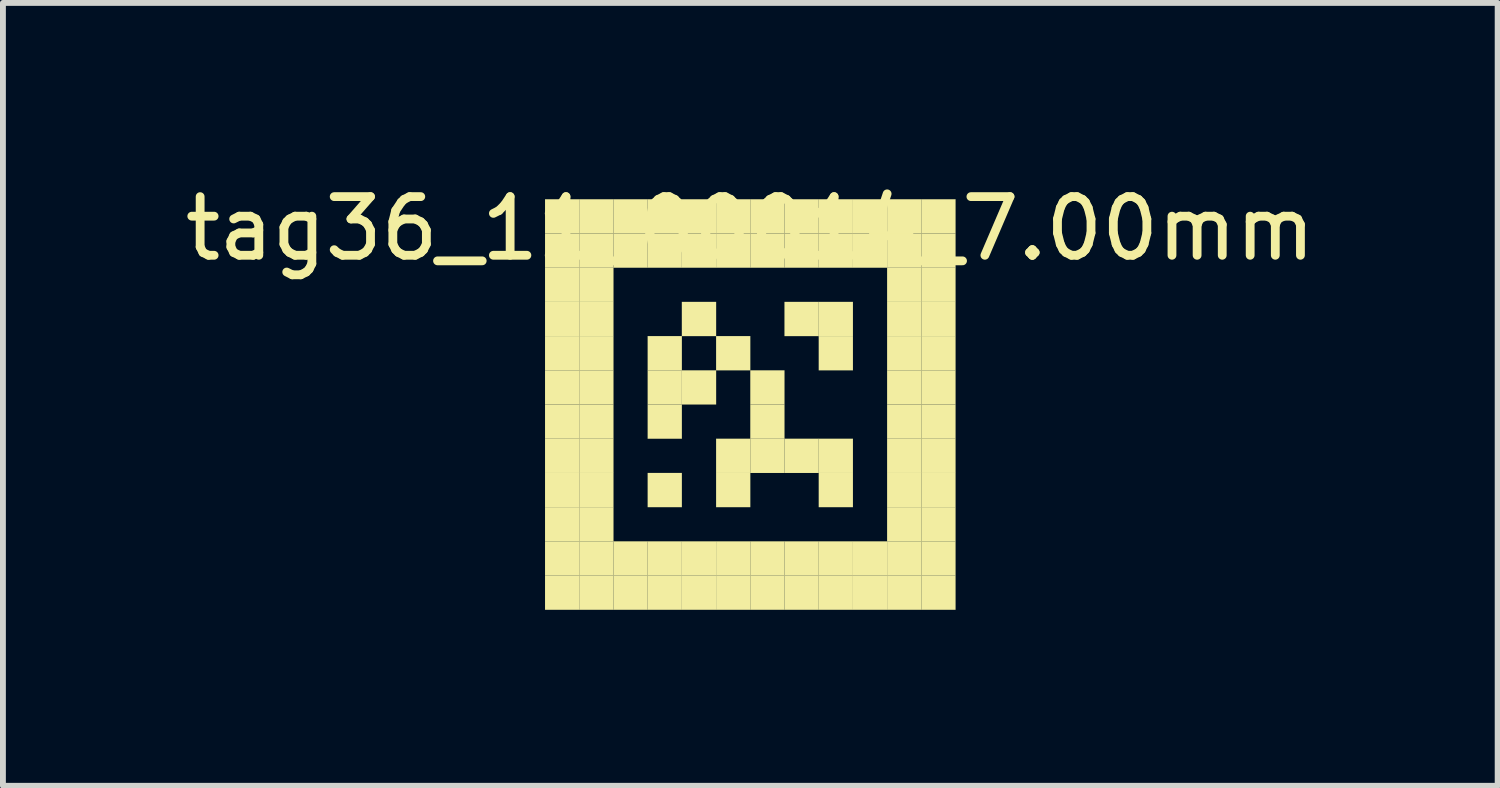
<source format=kicad_pcb>
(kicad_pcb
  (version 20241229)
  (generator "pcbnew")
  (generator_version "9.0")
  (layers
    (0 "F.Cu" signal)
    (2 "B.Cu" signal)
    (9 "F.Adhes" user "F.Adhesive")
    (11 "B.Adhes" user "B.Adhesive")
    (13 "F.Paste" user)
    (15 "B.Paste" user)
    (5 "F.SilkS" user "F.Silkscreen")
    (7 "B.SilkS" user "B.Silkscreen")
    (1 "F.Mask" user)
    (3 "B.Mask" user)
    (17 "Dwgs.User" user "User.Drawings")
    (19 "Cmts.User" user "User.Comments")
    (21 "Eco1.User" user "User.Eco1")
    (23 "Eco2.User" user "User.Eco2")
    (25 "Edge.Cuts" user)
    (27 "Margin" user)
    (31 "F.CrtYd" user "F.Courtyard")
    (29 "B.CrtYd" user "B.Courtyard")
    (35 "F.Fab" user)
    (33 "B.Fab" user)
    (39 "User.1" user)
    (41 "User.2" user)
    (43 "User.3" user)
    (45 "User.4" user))
  (footprint "tag36_11_00014_7.00mm"
    (layer "F.Cu")
    (at 9.744 3.848)
    (property "Reference" "tag36_11_00014_7.00mm" (at 0 -3 0) (layer "F.SilkS") (effects (font (size 1 1) (thickness 0.15))))
    (attr through_hole)
    (fp_poly (pts (xy -3.5 -3.5) (xy -2.917 -3.5) (xy -2.917 -2.917) (xy -3.5 -2.917)) (stroke (width 0.001) (type solid)) (fill yes) (layer "F.SilkS"))
    (fp_poly (pts (xy -3.5 -2.917) (xy -2.917 -2.917) (xy -2.917 -2.333) (xy -3.5 -2.333)) (stroke (width 0.001) (type solid)) (fill yes) (layer "F.SilkS"))
    (fp_poly (pts (xy -3.5 -2.333) (xy -2.917 -2.333) (xy -2.917 -1.75) (xy -3.5 -1.75)) (stroke (width 0.001) (type solid)) (fill yes) (layer "F.SilkS"))
    (fp_poly (pts (xy -3.5 -1.75) (xy -2.917 -1.75) (xy -2.917 -1.167) (xy -3.5 -1.167)) (stroke (width 0.001) (type solid)) (fill yes) (layer "F.SilkS"))
    (fp_poly (pts (xy -3.5 -1.167) (xy -2.917 -1.167) (xy -2.917 -0.583) (xy -3.5 -0.583)) (stroke (width 0.001) (type solid)) (fill yes) (layer "F.SilkS"))
    (fp_poly (pts (xy -3.5 -0.583) (xy -2.917 -0.583) (xy -2.917 0) (xy -3.5 0)) (stroke (width 0.001) (type solid)) (fill yes) (layer "F.SilkS"))
    (fp_poly (pts (xy -3.5 0) (xy -2.917 0) (xy -2.917 0.583) (xy -3.5 0.583)) (stroke (width 0.001) (type solid)) (fill yes) (layer "F.SilkS"))
    (fp_poly (pts (xy -3.5 0.583) (xy -2.917 0.583) (xy -2.917 1.167) (xy -3.5 1.167)) (stroke (width 0.001) (type solid)) (fill yes) (layer "F.SilkS"))
    (fp_poly (pts (xy -3.5 1.167) (xy -2.917 1.167) (xy -2.917 1.75) (xy -3.5 1.75)) (stroke (width 0.001) (type solid)) (fill yes) (layer "F.SilkS"))
    (fp_poly (pts (xy -3.5 1.75) (xy -2.917 1.75) (xy -2.917 2.333) (xy -3.5 2.333)) (stroke (width 0.001) (type solid)) (fill yes) (layer "F.SilkS"))
    (fp_poly (pts (xy -3.5 2.333) (xy -2.917 2.333) (xy -2.917 2.917) (xy -3.5 2.917)) (stroke (width 0.001) (type solid)) (fill yes) (layer "F.SilkS"))
    (fp_poly (pts (xy -3.5 2.917) (xy -2.917 2.917) (xy -2.917 3.5) (xy -3.5 3.5)) (stroke (width 0.001) (type solid)) (fill yes) (layer "F.SilkS"))
    (fp_poly (pts (xy -2.917 -3.5) (xy -2.333 -3.5) (xy -2.333 -2.917) (xy -2.917 -2.917)) (stroke (width 0.001) (type solid)) (fill yes) (layer "F.SilkS"))
    (fp_poly (pts (xy -2.917 -2.917) (xy -2.333 -2.917) (xy -2.333 -2.333) (xy -2.917 -2.333)) (stroke (width 0.001) (type solid)) (fill yes) (layer "F.SilkS"))
    (fp_poly (pts (xy -2.917 -2.333) (xy -2.333 -2.333) (xy -2.333 -1.75) (xy -2.917 -1.75)) (stroke (width 0.001) (type solid)) (fill yes) (layer "F.SilkS"))
    (fp_poly (pts (xy -2.917 -1.75) (xy -2.333 -1.75) (xy -2.333 -1.167) (xy -2.917 -1.167)) (stroke (width 0.001) (type solid)) (fill yes) (layer "F.SilkS"))
    (fp_poly (pts (xy -2.917 -1.167) (xy -2.333 -1.167) (xy -2.333 -0.583) (xy -2.917 -0.583)) (stroke (width 0.001) (type solid)) (fill yes) (layer "F.SilkS"))
    (fp_poly (pts (xy -2.917 -0.583) (xy -2.333 -0.583) (xy -2.333 0) (xy -2.917 0)) (stroke (width 0.001) (type solid)) (fill yes) (layer "F.SilkS"))
    (fp_poly (pts (xy -2.917 0) (xy -2.333 0) (xy -2.333 0.583) (xy -2.917 0.583)) (stroke (width 0.001) (type solid)) (fill yes) (layer "F.SilkS"))
    (fp_poly (pts (xy -2.917 0.583) (xy -2.333 0.583) (xy -2.333 1.167) (xy -2.917 1.167)) (stroke (width 0.001) (type solid)) (fill yes) (layer "F.SilkS"))
    (fp_poly (pts (xy -2.917 1.167) (xy -2.333 1.167) (xy -2.333 1.75) (xy -2.917 1.75)) (stroke (width 0.001) (type solid)) (fill yes) (layer "F.SilkS"))
    (fp_poly (pts (xy -2.917 1.75) (xy -2.333 1.75) (xy -2.333 2.333) (xy -2.917 2.333)) (stroke (width 0.001) (type solid)) (fill yes) (layer "F.SilkS"))
    (fp_poly (pts (xy -2.917 2.333) (xy -2.333 2.333) (xy -2.333 2.917) (xy -2.917 2.917)) (stroke (width 0.001) (type solid)) (fill yes) (layer "F.SilkS"))
    (fp_poly (pts (xy -2.917 2.917) (xy -2.333 2.917) (xy -2.333 3.5) (xy -2.917 3.5)) (stroke (width 0.001) (type solid)) (fill yes) (layer "F.SilkS"))
    (fp_poly (pts (xy -2.333 -3.5) (xy -1.75 -3.5) (xy -1.75 -2.917) (xy -2.333 -2.917)) (stroke (width 0.001) (type solid)) (fill yes) (layer "F.SilkS"))
    (fp_poly (pts (xy -2.333 -2.917) (xy -1.75 -2.917) (xy -1.75 -2.333) (xy -2.333 -2.333)) (stroke (width 0.001) (type solid)) (fill yes) (layer "F.SilkS"))
    (fp_poly (pts (xy -2.333 2.333) (xy -1.75 2.333) (xy -1.75 2.917) (xy -2.333 2.917)) (stroke (width 0.001) (type solid)) (fill yes) (layer "F.SilkS"))
    (fp_poly (pts (xy -2.333 2.917) (xy -1.75 2.917) (xy -1.75 3.5) (xy -2.333 3.5)) (stroke (width 0.001) (type solid)) (fill yes) (layer "F.SilkS"))
    (fp_poly (pts (xy -1.75 -3.5) (xy -1.167 -3.5) (xy -1.167 -2.917) (xy -1.75 -2.917)) (stroke (width 0.001) (type solid)) (fill yes) (layer "F.SilkS"))
    (fp_poly (pts (xy -1.75 -2.917) (xy -1.167 -2.917) (xy -1.167 -2.333) (xy -1.75 -2.333)) (stroke (width 0.001) (type solid)) (fill yes) (layer "F.SilkS"))
    (fp_poly (pts (xy -1.75 -1.167) (xy -1.167 -1.167) (xy -1.167 -0.583) (xy -1.75 -0.583)) (stroke (width 0.001) (type solid)) (fill yes) (layer "F.SilkS"))
    (fp_poly (pts (xy -1.75 -0.583) (xy -1.167 -0.583) (xy -1.167 0) (xy -1.75 0)) (stroke (width 0.001) (type solid)) (fill yes) (layer "F.SilkS"))
    (fp_poly (pts (xy -1.75 0) (xy -1.167 0) (xy -1.167 0.583) (xy -1.75 0.583)) (stroke (width 0.001) (type solid)) (fill yes) (layer "F.SilkS"))
    (fp_poly (pts (xy -1.75 1.167) (xy -1.167 1.167) (xy -1.167 1.75) (xy -1.75 1.75)) (stroke (width 0.001) (type solid)) (fill yes) (layer "F.SilkS"))
    (fp_poly (pts (xy -1.75 2.333) (xy -1.167 2.333) (xy -1.167 2.917) (xy -1.75 2.917)) (stroke (width 0.001) (type solid)) (fill yes) (layer "F.SilkS"))
    (fp_poly (pts (xy -1.75 2.917) (xy -1.167 2.917) (xy -1.167 3.5) (xy -1.75 3.5)) (stroke (width 0.001) (type solid)) (fill yes) (layer "F.SilkS"))
    (fp_poly (pts (xy -1.167 -3.5) (xy -0.583 -3.5) (xy -0.583 -2.917) (xy -1.167 -2.917)) (stroke (width 0.001) (type solid)) (fill yes) (layer "F.SilkS"))
    (fp_poly (pts (xy -1.167 -2.917) (xy -0.583 -2.917) (xy -0.583 -2.333) (xy -1.167 -2.333)) (stroke (width 0.001) (type solid)) (fill yes) (layer "F.SilkS"))
    (fp_poly (pts (xy -1.167 -1.75) (xy -0.583 -1.75) (xy -0.583 -1.167) (xy -1.167 -1.167)) (stroke (width 0.001) (type solid)) (fill yes) (layer "F.SilkS"))
    (fp_poly (pts (xy -1.167 -0.583) (xy -0.583 -0.583) (xy -0.583 0) (xy -1.167 0)) (stroke (width 0.001) (type solid)) (fill yes) (layer "F.SilkS"))
    (fp_poly (pts (xy -1.167 2.333) (xy -0.583 2.333) (xy -0.583 2.917) (xy -1.167 2.917)) (stroke (width 0.001) (type solid)) (fill yes) (layer "F.SilkS"))
    (fp_poly (pts (xy -1.167 2.917) (xy -0.583 2.917) (xy -0.583 3.5) (xy -1.167 3.5)) (stroke (width 0.001) (type solid)) (fill yes) (layer "F.SilkS"))
    (fp_poly (pts (xy -0.583 -3.5) (xy 0 -3.5) (xy 0 -2.917) (xy -0.583 -2.917)) (stroke (width 0.001) (type solid)) (fill yes) (layer "F.SilkS"))
    (fp_poly (pts (xy -0.583 -2.917) (xy 0 -2.917) (xy 0 -2.333) (xy -0.583 -2.333)) (stroke (width 0.001) (type solid)) (fill yes) (layer "F.SilkS"))
    (fp_poly (pts (xy -0.583 -1.167) (xy 0 -1.167) (xy 0 -0.583) (xy -0.583 -0.583)) (stroke (width 0.001) (type solid)) (fill yes) (layer "F.SilkS"))
    (fp_poly (pts (xy -0.583 0.583) (xy 0 0.583) (xy 0 1.167) (xy -0.583 1.167)) (stroke (width 0.001) (type solid)) (fill yes) (layer "F.SilkS"))
    (fp_poly (pts (xy -0.583 1.167) (xy 0 1.167) (xy 0 1.75) (xy -0.583 1.75)) (stroke (width 0.001) (type solid)) (fill yes) (layer "F.SilkS"))
    (fp_poly (pts (xy -0.583 2.333) (xy 0 2.333) (xy 0 2.917) (xy -0.583 2.917)) (stroke (width 0.001) (type solid)) (fill yes) (layer "F.SilkS"))
    (fp_poly (pts (xy -0.583 2.917) (xy 0 2.917) (xy 0 3.5) (xy -0.583 3.5)) (stroke (width 0.001) (type solid)) (fill yes) (layer "F.SilkS"))
    (fp_poly (pts (xy 0 -3.5) (xy 0.583 -3.5) (xy 0.583 -2.917) (xy 0 -2.917)) (stroke (width 0.001) (type solid)) (fill yes) (layer "F.SilkS"))
    (fp_poly (pts (xy 0 -2.917) (xy 0.583 -2.917) (xy 0.583 -2.333) (xy 0 -2.333)) (stroke (width 0.001) (type solid)) (fill yes) (layer "F.SilkS"))
    (fp_poly (pts (xy 0 -0.583) (xy 0.583 -0.583) (xy 0.583 0) (xy 0 0)) (stroke (width 0.001) (type solid)) (fill yes) (layer "F.SilkS"))
    (fp_poly (pts (xy 0 0) (xy 0.583 0) (xy 0.583 0.583) (xy 0 0.583)) (stroke (width 0.001) (type solid)) (fill yes) (layer "F.SilkS"))
    (fp_poly (pts (xy 0 0.583) (xy 0.583 0.583) (xy 0.583 1.167) (xy 0 1.167)) (stroke (width 0.001) (type solid)) (fill yes) (layer "F.SilkS"))
    (fp_poly (pts (xy 0 2.333) (xy 0.583 2.333) (xy 0.583 2.917) (xy 0 2.917)) (stroke (width 0.001) (type solid)) (fill yes) (layer "F.SilkS"))
    (fp_poly (pts (xy 0 2.917) (xy 0.583 2.917) (xy 0.583 3.5) (xy 0 3.5)) (stroke (width 0.001) (type solid)) (fill yes) (layer "F.SilkS"))
    (fp_poly (pts (xy 0.583 -3.5) (xy 1.167 -3.5) (xy 1.167 -2.917) (xy 0.583 -2.917)) (stroke (width 0.001) (type solid)) (fill yes) (layer "F.SilkS"))
    (fp_poly (pts (xy 0.583 -2.917) (xy 1.167 -2.917) (xy 1.167 -2.333) (xy 0.583 -2.333)) (stroke (width 0.001) (type solid)) (fill yes) (layer "F.SilkS"))
    (fp_poly (pts (xy 0.583 -1.75) (xy 1.167 -1.75) (xy 1.167 -1.167) (xy 0.583 -1.167)) (stroke (width 0.001) (type solid)) (fill yes) (layer "F.SilkS"))
    (fp_poly (pts (xy 0.583 0.583) (xy 1.167 0.583) (xy 1.167 1.167) (xy 0.583 1.167)) (stroke (width 0.001) (type solid)) (fill yes) (layer "F.SilkS"))
    (fp_poly (pts (xy 0.583 2.333) (xy 1.167 2.333) (xy 1.167 2.917) (xy 0.583 2.917)) (stroke (width 0.001) (type solid)) (fill yes) (layer "F.SilkS"))
    (fp_poly (pts (xy 0.583 2.917) (xy 1.167 2.917) (xy 1.167 3.5) (xy 0.583 3.5)) (stroke (width 0.001) (type solid)) (fill yes) (layer "F.SilkS"))
    (fp_poly (pts (xy 1.167 -3.5) (xy 1.75 -3.5) (xy 1.75 -2.917) (xy 1.167 -2.917)) (stroke (width 0.001) (type solid)) (fill yes) (layer "F.SilkS"))
    (fp_poly (pts (xy 1.167 -2.917) (xy 1.75 -2.917) (xy 1.75 -2.333) (xy 1.167 -2.333)) (stroke (width 0.001) (type solid)) (fill yes) (layer "F.SilkS"))
    (fp_poly (pts (xy 1.167 -1.75) (xy 1.75 -1.75) (xy 1.75 -1.167) (xy 1.167 -1.167)) (stroke (width 0.001) (type solid)) (fill yes) (layer "F.SilkS"))
    (fp_poly (pts (xy 1.167 -1.167) (xy 1.75 -1.167) (xy 1.75 -0.583) (xy 1.167 -0.583)) (stroke (width 0.001) (type solid)) (fill yes) (layer "F.SilkS"))
    (fp_poly (pts (xy 1.167 0.583) (xy 1.75 0.583) (xy 1.75 1.167) (xy 1.167 1.167)) (stroke (width 0.001) (type solid)) (fill yes) (layer "F.SilkS"))
    (fp_poly (pts (xy 1.167 1.167) (xy 1.75 1.167) (xy 1.75 1.75) (xy 1.167 1.75)) (stroke (width 0.001) (type solid)) (fill yes) (layer "F.SilkS"))
    (fp_poly (pts (xy 1.167 2.333) (xy 1.75 2.333) (xy 1.75 2.917) (xy 1.167 2.917)) (stroke (width 0.001) (type solid)) (fill yes) (layer "F.SilkS"))
    (fp_poly (pts (xy 1.167 2.917) (xy 1.75 2.917) (xy 1.75 3.5) (xy 1.167 3.5)) (stroke (width 0.001) (type solid)) (fill yes) (layer "F.SilkS"))
    (fp_poly (pts (xy 1.75 -3.5) (xy 2.333 -3.5) (xy 2.333 -2.917) (xy 1.75 -2.917)) (stroke (width 0.001) (type solid)) (fill yes) (layer "F.SilkS"))
    (fp_poly (pts (xy 1.75 -2.917) (xy 2.333 -2.917) (xy 2.333 -2.333) (xy 1.75 -2.333)) (stroke (width 0.001) (type solid)) (fill yes) (layer "F.SilkS"))
    (fp_poly (pts (xy 1.75 2.333) (xy 2.333 2.333) (xy 2.333 2.917) (xy 1.75 2.917)) (stroke (width 0.001) (type solid)) (fill yes) (layer "F.SilkS"))
    (fp_poly (pts (xy 1.75 2.917) (xy 2.333 2.917) (xy 2.333 3.5) (xy 1.75 3.5)) (stroke (width 0.001) (type solid)) (fill yes) (layer "F.SilkS"))
    (fp_poly (pts (xy 2.333 -3.5) (xy 2.917 -3.5) (xy 2.917 -2.917) (xy 2.333 -2.917)) (stroke (width 0.001) (type solid)) (fill yes) (layer "F.SilkS"))
    (fp_poly (pts (xy 2.333 -2.917) (xy 2.917 -2.917) (xy 2.917 -2.333) (xy 2.333 -2.333)) (stroke (width 0.001) (type solid)) (fill yes) (layer "F.SilkS"))
    (fp_poly (pts (xy 2.333 -2.333) (xy 2.917 -2.333) (xy 2.917 -1.75) (xy 2.333 -1.75)) (stroke (width 0.001) (type solid)) (fill yes) (layer "F.SilkS"))
    (fp_poly (pts (xy 2.333 -1.75) (xy 2.917 -1.75) (xy 2.917 -1.167) (xy 2.333 -1.167)) (stroke (width 0.001) (type solid)) (fill yes) (layer "F.SilkS"))
    (fp_poly (pts (xy 2.333 -1.167) (xy 2.917 -1.167) (xy 2.917 -0.583) (xy 2.333 -0.583)) (stroke (width 0.001) (type solid)) (fill yes) (layer "F.SilkS"))
    (fp_poly (pts (xy 2.333 -0.583) (xy 2.917 -0.583) (xy 2.917 0) (xy 2.333 0)) (stroke (width 0.001) (type solid)) (fill yes) (layer "F.SilkS"))
    (fp_poly (pts (xy 2.333 0) (xy 2.917 0) (xy 2.917 0.583) (xy 2.333 0.583)) (stroke (width 0.001) (type solid)) (fill yes) (layer "F.SilkS"))
    (fp_poly (pts (xy 2.333 0.583) (xy 2.917 0.583) (xy 2.917 1.167) (xy 2.333 1.167)) (stroke (width 0.001) (type solid)) (fill yes) (layer "F.SilkS"))
    (fp_poly (pts (xy 2.333 1.167) (xy 2.917 1.167) (xy 2.917 1.75) (xy 2.333 1.75)) (stroke (width 0.001) (type solid)) (fill yes) (layer "F.SilkS"))
    (fp_poly (pts (xy 2.333 1.75) (xy 2.917 1.75) (xy 2.917 2.333) (xy 2.333 2.333)) (stroke (width 0.001) (type solid)) (fill yes) (layer "F.SilkS"))
    (fp_poly (pts (xy 2.333 2.333) (xy 2.917 2.333) (xy 2.917 2.917) (xy 2.333 2.917)) (stroke (width 0.001) (type solid)) (fill yes) (layer "F.SilkS"))
    (fp_poly (pts (xy 2.333 2.917) (xy 2.917 2.917) (xy 2.917 3.5) (xy 2.333 3.5)) (stroke (width 0.001) (type solid)) (fill yes) (layer "F.SilkS"))
    (fp_poly (pts (xy 2.917 -3.5) (xy 3.5 -3.5) (xy 3.5 -2.917) (xy 2.917 -2.917)) (stroke (width 0.001) (type solid)) (fill yes) (layer "F.SilkS"))
    (fp_poly (pts (xy 2.917 -2.917) (xy 3.5 -2.917) (xy 3.5 -2.333) (xy 2.917 -2.333)) (stroke (width 0.001) (type solid)) (fill yes) (layer "F.SilkS"))
    (fp_poly (pts (xy 2.917 -2.333) (xy 3.5 -2.333) (xy 3.5 -1.75) (xy 2.917 -1.75)) (stroke (width 0.001) (type solid)) (fill yes) (layer "F.SilkS"))
    (fp_poly (pts (xy 2.917 -1.75) (xy 3.5 -1.75) (xy 3.5 -1.167) (xy 2.917 -1.167)) (stroke (width 0.001) (type solid)) (fill yes) (layer "F.SilkS"))
    (fp_poly (pts (xy 2.917 -1.167) (xy 3.5 -1.167) (xy 3.5 -0.583) (xy 2.917 -0.583)) (stroke (width 0.001) (type solid)) (fill yes) (layer "F.SilkS"))
    (fp_poly (pts (xy 2.917 -0.583) (xy 3.5 -0.583) (xy 3.5 0) (xy 2.917 0)) (stroke (width 0.001) (type solid)) (fill yes) (layer "F.SilkS"))
    (fp_poly (pts (xy 2.917 0) (xy 3.5 0) (xy 3.5 0.583) (xy 2.917 0.583)) (stroke (width 0.001) (type solid)) (fill yes) (layer "F.SilkS"))
    (fp_poly (pts (xy 2.917 0.583) (xy 3.5 0.583) (xy 3.5 1.167) (xy 2.917 1.167)) (stroke (width 0.001) (type solid)) (fill yes) (layer "F.SilkS"))
    (fp_poly (pts (xy 2.917 1.167) (xy 3.5 1.167) (xy 3.5 1.75) (xy 2.917 1.75)) (stroke (width 0.001) (type solid)) (fill yes) (layer "F.SilkS"))
    (fp_poly (pts (xy 2.917 1.75) (xy 3.5 1.75) (xy 3.5 2.333) (xy 2.917 2.333)) (stroke (width 0.001) (type solid)) (fill yes) (layer "F.SilkS"))
    (fp_poly (pts (xy 2.917 2.333) (xy 3.5 2.333) (xy 3.5 2.917) (xy 2.917 2.917)) (stroke (width 0.001) (type solid)) (fill yes) (layer "F.SilkS"))
    (fp_poly (pts (xy 2.917 2.917) (xy 3.5 2.917) (xy 3.5 3.5) (xy 2.917 3.5)) (stroke (width 0.001) (type solid)) (fill yes) (layer "F.SilkS")))
  (gr_rect
    (start -3 -3)
    (end 22.488 10.349)
    (stroke (width 0.1) (type default))
    (fill no)
    (layer "Edge.Cuts")))
</source>
